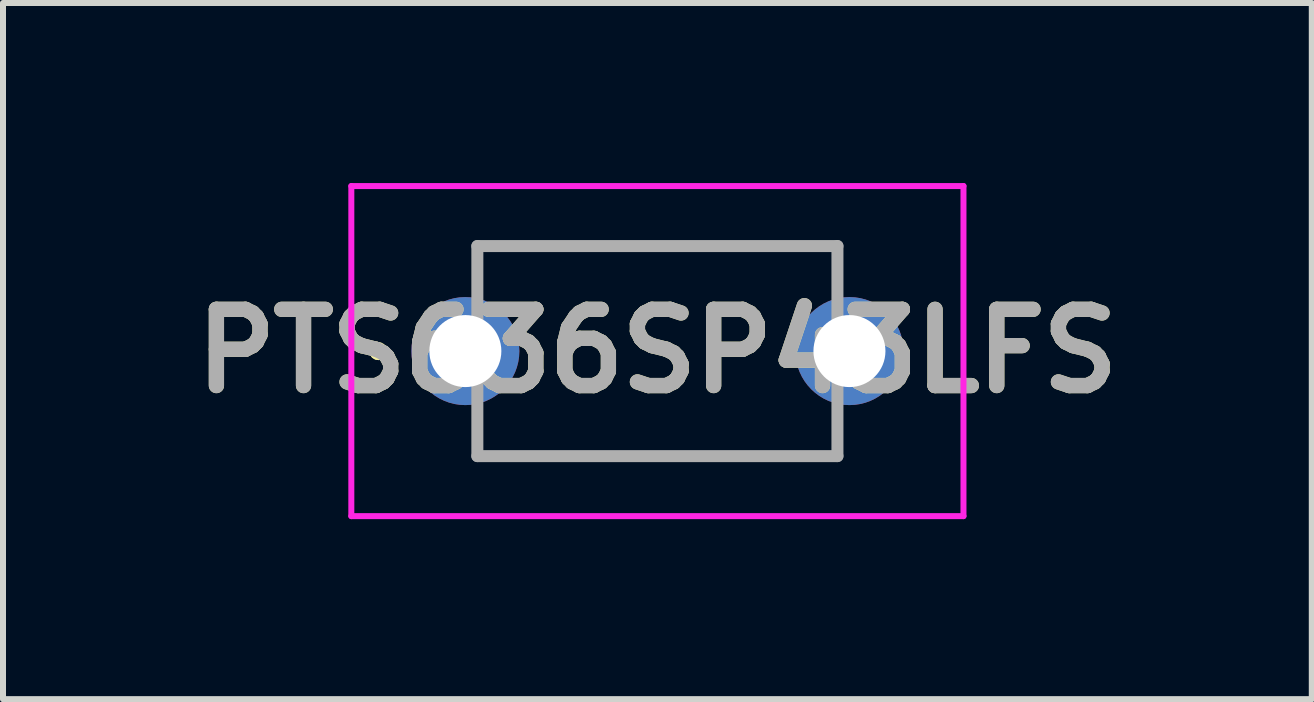
<source format=kicad_pcb>
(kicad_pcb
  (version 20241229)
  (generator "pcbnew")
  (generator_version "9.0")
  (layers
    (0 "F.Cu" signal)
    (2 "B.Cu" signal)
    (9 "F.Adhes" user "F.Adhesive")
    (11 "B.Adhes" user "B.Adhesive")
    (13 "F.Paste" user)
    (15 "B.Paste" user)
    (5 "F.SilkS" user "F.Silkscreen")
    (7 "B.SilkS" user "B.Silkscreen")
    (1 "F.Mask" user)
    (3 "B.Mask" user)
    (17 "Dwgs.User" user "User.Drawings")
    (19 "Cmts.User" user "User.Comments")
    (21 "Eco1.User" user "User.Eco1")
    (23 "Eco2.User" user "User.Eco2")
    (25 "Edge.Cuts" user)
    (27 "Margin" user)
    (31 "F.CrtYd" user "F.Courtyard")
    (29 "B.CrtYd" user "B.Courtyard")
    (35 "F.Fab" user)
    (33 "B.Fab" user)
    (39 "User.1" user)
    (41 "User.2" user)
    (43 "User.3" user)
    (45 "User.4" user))
  (footprint "PTS636SP43LFS"
    (layer "F.Cu")
    (at 4.704 2.8)
    (property "Reference" "PTS636SP43LFS" (at 3.2 0 0) (layer "F.SilkS") (effects (font (size 1.27 1.27) (thickness 0.254))))
    (attr through_hole)
    (fp_line (start -1.5 0) (end -1.5 0) (stroke (width 0.2) (type solid)) (layer "F.SilkS"))
    (fp_line (start -1.5 0) (end -1.5 0) (stroke (width 0.2) (type solid)) (layer "F.SilkS"))
    (fp_line (start -1.4 0) (end -1.4 0) (stroke (width 0.2) (type solid)) (layer "F.SilkS"))
    (fp_line (start 0.2 -1.75) (end 0.2 -1.75) (stroke (width 0.1) (type solid)) (layer "F.SilkS"))
    (fp_line (start 0.2 -1.75) (end 0.2 -1.75) (stroke (width 0.1) (type solid)) (layer "F.SilkS"))
    (fp_line (start 0.2 -1.75) (end 0.2 -1.5) (stroke (width 0.1) (type solid)) (layer "F.SilkS"))
    (fp_line (start 0.2 -1.75) (end 6.2 -1.75) (stroke (width 0.1) (type solid)) (layer "F.SilkS"))
    (fp_line (start 0.2 -1.5) (end 0.2 -1.75) (stroke (width 0.1) (type solid)) (layer "F.SilkS"))
    (fp_line (start 0.2 -1.5) (end 0.2 -1.5) (stroke (width 0.1) (type solid)) (layer "F.SilkS"))
    (fp_line (start 0.2 1.5) (end 0.2 1.5) (stroke (width 0.1) (type solid)) (layer "F.SilkS"))
    (fp_line (start 0.2 1.5) (end 0.2 1.75) (stroke (width 0.1) (type solid)) (layer "F.SilkS"))
    (fp_line (start 0.2 1.75) (end 0.2 1.5) (stroke (width 0.1) (type solid)) (layer "F.SilkS"))
    (fp_line (start 0.2 1.75) (end 0.2 1.75) (stroke (width 0.1) (type solid)) (layer "F.SilkS"))
    (fp_line (start 0.2 1.75) (end 0.2 1.75) (stroke (width 0.1) (type solid)) (layer "F.SilkS"))
    (fp_line (start 0.2 1.75) (end 6.2 1.75) (stroke (width 0.1) (type solid)) (layer "F.SilkS"))
    (fp_line (start 6.2 -1.75) (end 0.2 -1.75) (stroke (width 0.1) (type solid)) (layer "F.SilkS"))
    (fp_line (start 6.2 -1.75) (end 6.2 -1.75) (stroke (width 0.1) (type solid)) (layer "F.SilkS"))
    (fp_line (start 6.2 -1.75) (end 6.2 -1.75) (stroke (width 0.1) (type solid)) (layer "F.SilkS"))
    (fp_line (start 6.2 -1.75) (end 6.2 -1.5) (stroke (width 0.1) (type solid)) (layer "F.SilkS"))
    (fp_line (start 6.2 -1.5) (end 6.2 -1.75) (stroke (width 0.1) (type solid)) (layer "F.SilkS"))
    (fp_line (start 6.2 -1.5) (end 6.2 -1.5) (stroke (width 0.1) (type solid)) (layer "F.SilkS"))
    (fp_line (start 6.2 1.5) (end 6.2 1.5) (stroke (width 0.1) (type solid)) (layer "F.SilkS"))
    (fp_line (start 6.2 1.5) (end 6.2 1.75) (stroke (width 0.1) (type solid)) (layer "F.SilkS"))
    (fp_line (start 6.2 1.75) (end 0.2 1.75) (stroke (width 0.1) (type solid)) (layer "F.SilkS"))
    (fp_line (start 6.2 1.75) (end 6.2 1.5) (stroke (width 0.1) (type solid)) (layer "F.SilkS"))
    (fp_line (start 6.2 1.75) (end 6.2 1.75) (stroke (width 0.1) (type solid)) (layer "F.SilkS"))
    (fp_line (start 6.2 1.75) (end 6.2 1.75) (stroke (width 0.1) (type solid)) (layer "F.SilkS"))
    (fp_arc (start -1.5 0) (mid -1.45 -0.05) (end -1.4 0) (stroke (width 0.2) (type solid)) (layer "F.SilkS"))
    (fp_arc (start -1.4 0) (mid -1.45 0.05) (end -1.5 0) (stroke (width 0.2) (type solid)) (layer "F.SilkS"))
    (fp_arc (start -1.4 0) (mid -1.45 0.05) (end -1.5 0) (stroke (width 0.2) (type solid)) (layer "F.SilkS"))
    (fp_line (start -1.9 -2.75) (end 8.3 -2.75) (stroke (width 0.1) (type solid)) (layer "F.CrtYd"))
    (fp_line (start -1.9 2.75) (end -1.9 -2.75) (stroke (width 0.1) (type solid)) (layer "F.CrtYd"))
    (fp_line (start 8.3 -2.75) (end 8.3 2.75) (stroke (width 0.1) (type solid)) (layer "F.CrtYd"))
    (fp_line (start 8.3 2.75) (end -1.9 2.75) (stroke (width 0.1) (type solid)) (layer "F.CrtYd"))
    (fp_line (start 0.2 -1.75) (end 0.2 1.75) (stroke (width 0.2) (type solid)) (layer "F.Fab"))
    (fp_line (start 0.2 1.75) (end 6.2 1.75) (stroke (width 0.2) (type solid)) (layer "F.Fab"))
    (fp_line (start 6.2 -1.75) (end 0.2 -1.75) (stroke (width 0.2) (type solid)) (layer "F.Fab"))
    (fp_line (start 6.2 1.75) (end 6.2 -1.75) (stroke (width 0.2) (type solid)) (layer "F.Fab"))
    (fp_text user "${REFERENCE}" (at 3.2 0 0) (layer "F.Fab") (effects (font (size 1.27 1.27) (thickness 0.254))))
    (pad "1" thru_hole circle (at 0 0) (size 1.8 1.8) (drill 1.2) (layers "*.Cu" "*.Mask"))
    (pad "2" thru_hole circle (at 6.4 0) (size 1.8 1.8) (drill 1.2) (layers "*.Cu" "*.Mask")))
  (gr_rect
    (start -3 -3)
    (end 18.808 8.6)
    (stroke (width 0.1) (type default))
    (fill no)
    (layer "Edge.Cuts")))
</source>
